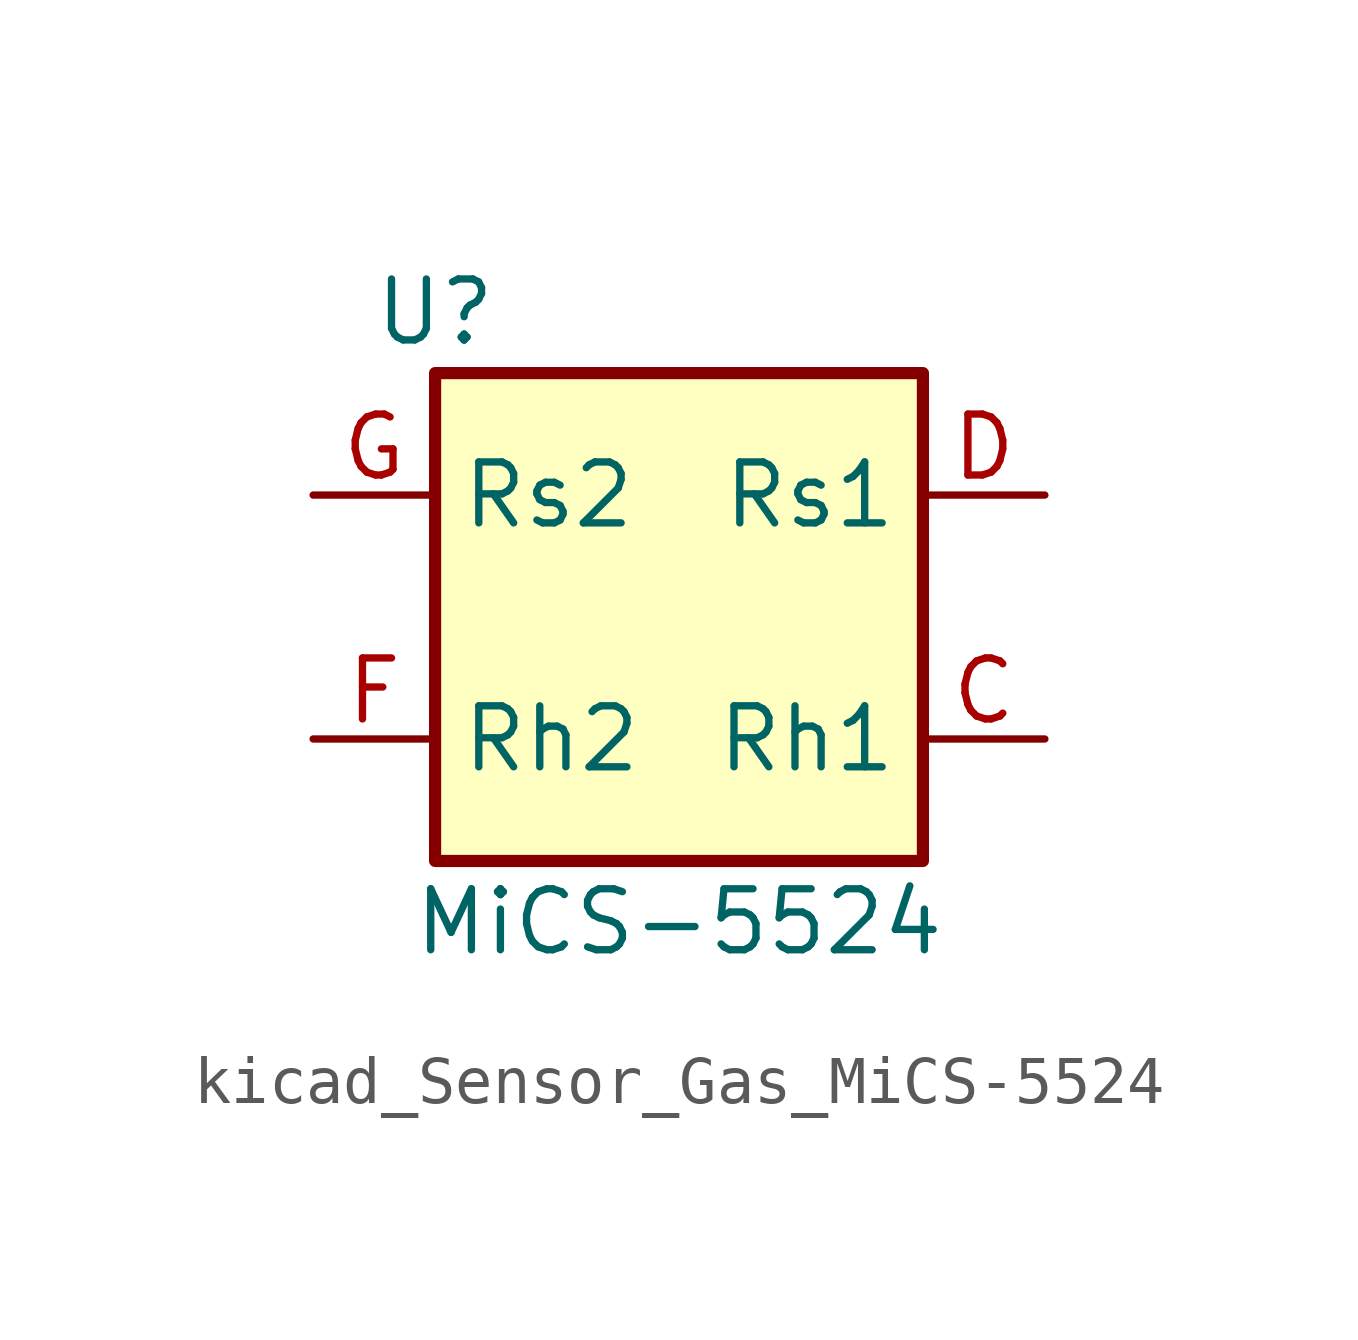
<source format=kicad_sym>
(kicad_symbol_lib
  (version 20220914)
  (generator kicad_symbol_editor)
  (symbol "kicad_Sensor_Gas_MiCS-5524"
    (property "Reference" "U"
      (at -5.08 6.35 0)
      (effects (font (size 1.27 1.27))))
    (property "Value" "MiCS-5524"
      (at 0 -6.35 0)
      (effects (font (size 1.27 1.27))))
    (symbol "kicad_Sensor_Gas_MiCS-5524_0_1"
      (rectangle (start -5.08 5.08) (end 5.08 -5.08) (stroke (width 0.254) (type default)) (fill (type background))))
    (symbol "kicad_Sensor_Gas_MiCS-5524_1_1"
      (pin no_connect line (at 0 5.08 270) (length 2.54) hide (name "NC" (effects (font (size 1.27 1.27)))) (number "A" (effects (font (size 1.27 1.27)))))
      (pin no_connect line (at 0 -5.08 90) (length 2.54) hide (name "NC" (effects (font (size 1.27 1.27)))) (number "B" (effects (font (size 1.27 1.27)))))
      (pin output line (at 7.62 -2.54 180) (length 2.54) (name "Rh1" (effects (font (size 1.27 1.27)))) (number "C" (effects (font (size 1.27 1.27)))))
      (pin output line (at 7.62 2.54 180) (length 2.54) (name "Rs1" (effects (font (size 1.27 1.27)))) (number "D" (effects (font (size 1.27 1.27)))))
      (pin no_connect line (at -2.54 -5.08 90) (length 2.54) hide (name "NC" (effects (font (size 1.27 1.27)))) (number "E" (effects (font (size 1.27 1.27)))))
      (pin input line (at -7.62 -2.54 0) (length 2.54) (name "Rh2" (effects (font (size 1.27 1.27)))) (number "F" (effects (font (size 1.27 1.27)))))
      (pin input line (at -7.62 2.54 0) (length 2.54) (name "Rs2" (effects (font (size 1.27 1.27)))) (number "G" (effects (font (size 1.27 1.27)))))
      (pin no_connect line (at 2.54 -5.08 90) (length 2.54) hide (name "NC" (effects (font (size 1.27 1.27)))) (number "H" (effects (font (size 1.27 1.27)))))
      (pin no_connect line (at -2.54 5.08 270) (length 2.54) hide (name "NC" (effects (font (size 1.27 1.27)))) (number "J" (effects (font (size 1.27 1.27)))))
      (pin no_connect line (at 2.54 5.08 270) (length 2.54) hide (name "NC" (effects (font (size 1.27 1.27)))) (number "K" (effects (font (size 1.27 1.27))))))))
</source>
